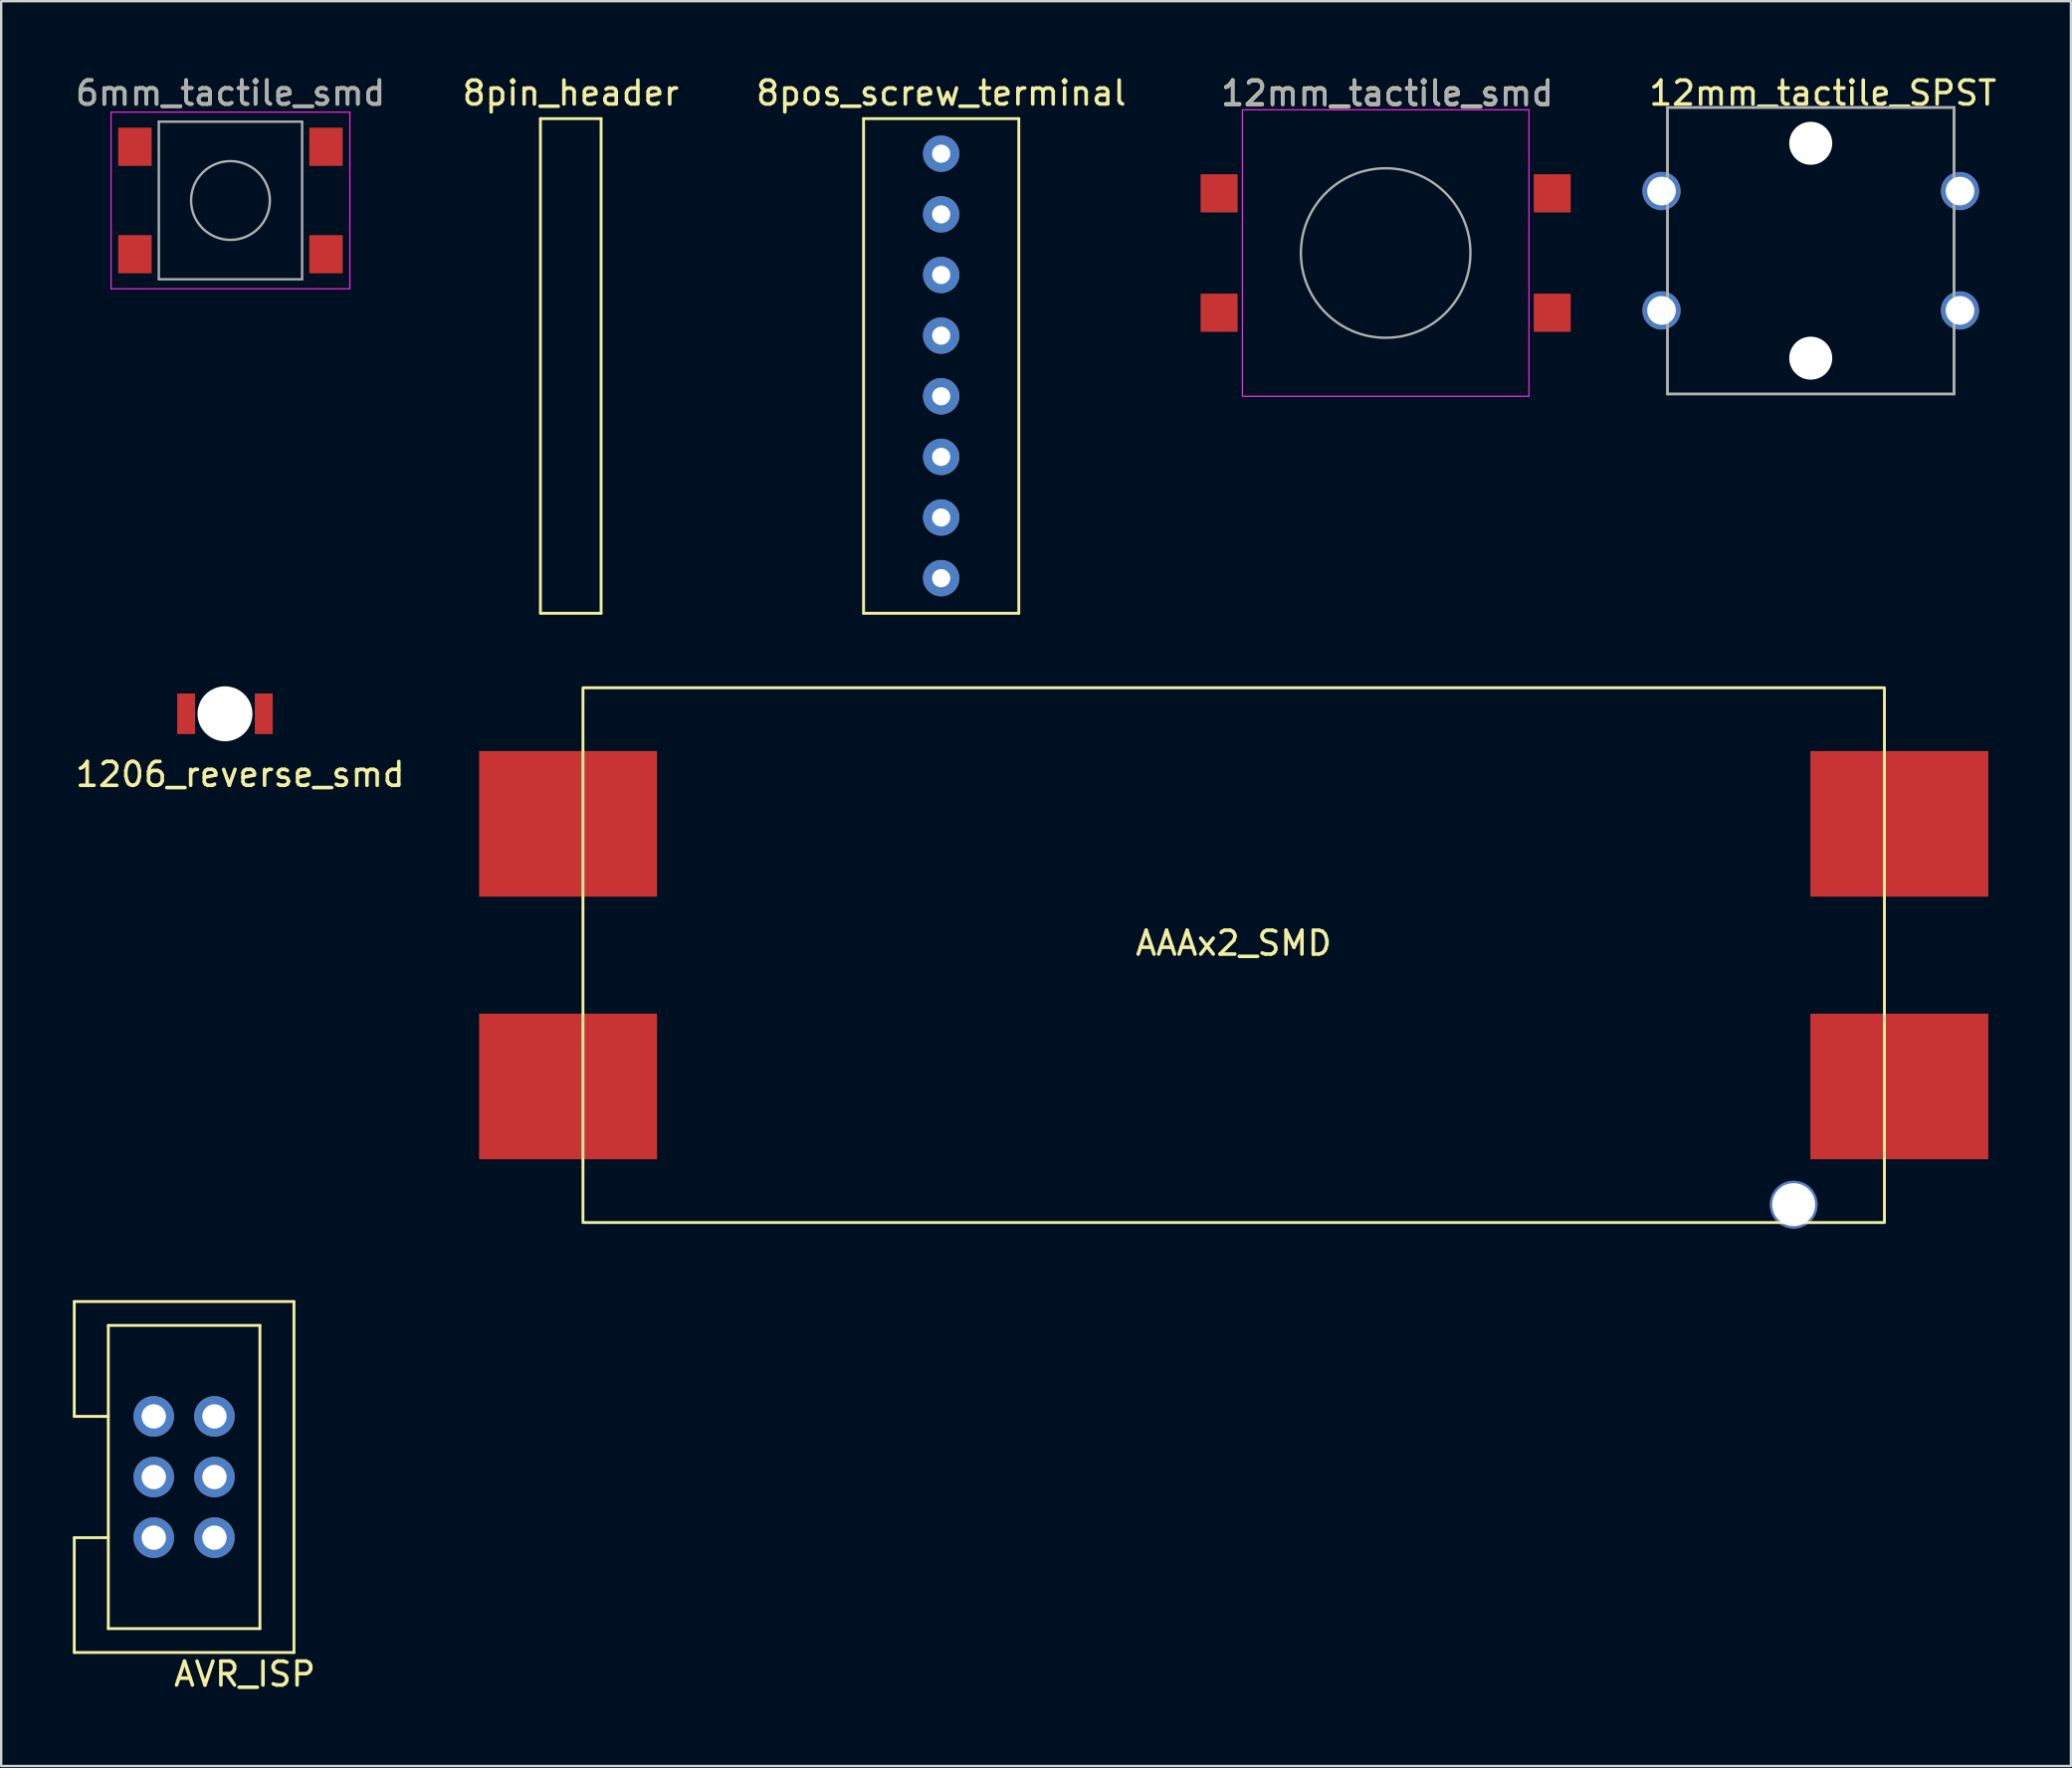
<source format=kicad_pcb>
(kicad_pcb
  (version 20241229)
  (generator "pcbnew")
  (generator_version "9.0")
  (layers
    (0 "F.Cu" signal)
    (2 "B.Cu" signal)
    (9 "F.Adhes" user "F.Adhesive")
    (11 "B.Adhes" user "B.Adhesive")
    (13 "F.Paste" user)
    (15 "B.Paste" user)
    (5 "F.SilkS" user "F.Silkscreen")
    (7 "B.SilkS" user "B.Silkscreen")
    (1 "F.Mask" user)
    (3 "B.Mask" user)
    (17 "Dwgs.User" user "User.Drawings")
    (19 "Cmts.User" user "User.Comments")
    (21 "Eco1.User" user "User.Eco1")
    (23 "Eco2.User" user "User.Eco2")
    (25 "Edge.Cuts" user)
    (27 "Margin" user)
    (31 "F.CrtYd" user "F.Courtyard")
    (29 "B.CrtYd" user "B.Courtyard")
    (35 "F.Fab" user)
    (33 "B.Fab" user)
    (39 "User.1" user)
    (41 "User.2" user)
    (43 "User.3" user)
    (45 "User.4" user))
  (footprint "1206_reverse_smd"
    (layer "F.Cu")
    (at 6.371 26.848)
    (property "Reference" "1206_reverse_smd" (at 0.635 2.54 180) (layer "F.SilkS") (effects (font (size 1 1) (thickness 0.15))))
    (attr through_hole)
    (pad "" np_thru_hole circle (at 0 0 90) (size 2.3 2.3) (drill 2.3) (layers "*.Cu" "*.Mask"))
    (pad "1" smd rect (at -1.625 0 90) (size 1.7 0.75) (layers "F.Cu" "F.Mask" "F.Paste"))
    (pad "2" smd rect (at 1.625 0 90) (size 1.7 0.75) (layers "F.Cu" "F.Mask" "F.Paste")))
  (footprint "6mm_tactile_smd"
    (layer "F.Cu")
    (at 6.601 5.348)
    (property "Reference" "6mm_tactile_smd" (at 0 -4.5 0) (layer "F.SilkS") (effects (font (size 1 1) (thickness 0.15))))
    (attr smd)
    (fp_line (start -5 -3.7) (end -5 3.7) (stroke (width 0.05) (type solid)) (layer "F.CrtYd"))
    (fp_line (start -5 3.7) (end 5 3.7) (stroke (width 0.05) (type solid)) (layer "F.CrtYd"))
    (fp_line (start 5 -3.7) (end -5 -3.7) (stroke (width 0.05) (type solid)) (layer "F.CrtYd"))
    (fp_line (start 5 3.7) (end 5 -3.7) (stroke (width 0.05) (type solid)) (layer "F.CrtYd"))
    (fp_line (start -3 -3.3) (end 3 -3.3) (stroke (width 0.1) (type solid)) (layer "F.Fab"))
    (fp_line (start -3 3.3) (end -3 -3.3) (stroke (width 0.1) (type solid)) (layer "F.Fab"))
    (fp_line (start 3 -3.3) (end 3 3.3) (stroke (width 0.1) (type solid)) (layer "F.Fab"))
    (fp_line (start 3 3.3) (end -3 3.3) (stroke (width 0.1) (type solid)) (layer "F.Fab"))
    (fp_circle (center 0 0) (end 1.65 0) (stroke (width 0.1) (type solid)) (fill no) (layer "F.Fab"))
    (fp_text user "${REFERENCE}" (at 0 -4.5 0) (layer "F.Fab") (effects (font (size 1 1) (thickness 0.15))))
    (pad "1" smd rect (at 4 2.25) (size 1.4 1.6) (layers "F.Cu" "F.Mask" "F.Paste"))
    (pad "2" smd rect (at -4 2.25) (size 1.4 1.6) (layers "F.Cu" "F.Mask" "F.Paste"))
    (pad "3" smd rect (at 4 -2.25) (size 1.4 1.6) (layers "F.Cu" "F.Mask" "F.Paste"))
    (pad "4" smd rect (at -4 -2.25) (size 1.4 1.6) (layers "F.Cu" "F.Mask" "F.Paste")))
  (footprint "AVR_ISP"
    (layer "F.Cu")
    (at 4.66 58.818)
    (property "Reference" "AVR_ISP" (at 2.54 8.255 0) (layer "F.SilkS") (effects (font (size 1 1) (thickness 0.15))))
    (fp_line (start -4.6 -7.35) (end -4.6 -2.54) (stroke (width 0.12) (type solid)) (layer "F.SilkS"))
    (fp_line (start -4.6 -7.35) (end 4.6 -7.35) (stroke (width 0.12) (type solid)) (layer "F.SilkS"))
    (fp_line (start -4.6 2.54) (end -4.6 7.35) (stroke (width 0.12) (type solid)) (layer "F.SilkS"))
    (fp_line (start -4.6 7.35) (end 4.6 7.35) (stroke (width 0.12) (type solid)) (layer "F.SilkS"))
    (fp_line (start -3.175 -6.35) (end 3.175 -6.35) (stroke (width 0.12) (type solid)) (layer "F.SilkS"))
    (fp_line (start -3.175 -2.54) (end -4.6 -2.54) (stroke (width 0.12) (type solid)) (layer "F.SilkS"))
    (fp_line (start -3.175 2.54) (end -4.6 2.54) (stroke (width 0.12) (type solid)) (layer "F.SilkS"))
    (fp_line (start -3.175 6.35) (end -3.175 -6.35) (stroke (width 0.12) (type solid)) (layer "F.SilkS"))
    (fp_line (start 3.175 -6.35) (end 3.175 6.35) (stroke (width 0.12) (type solid)) (layer "F.SilkS"))
    (fp_line (start 3.175 6.35) (end -3.175 6.35) (stroke (width 0.12) (type solid)) (layer "F.SilkS"))
    (fp_line (start 4.6 -7.35) (end 4.6 7.35) (stroke (width 0.12) (type solid)) (layer "F.SilkS"))
    (pad "1" thru_hole circle (at -1.27 -2.54) (size 1.7 1.7) (drill 1.02) (layers "*.Cu" "*.Mask"))
    (pad "2" thru_hole circle (at 1.27 -2.54) (size 1.7 1.7) (drill 1.02) (layers "*.Cu" "*.Mask"))
    (pad "3" thru_hole circle (at -1.27 0) (size 1.7 1.7) (drill 1.02) (layers "*.Cu" "*.Mask"))
    (pad "4" thru_hole circle (at 1.27 0) (size 1.7 1.7) (drill 1.02) (layers "*.Cu" "*.Mask"))
    (pad "5" thru_hole circle (at -1.27 2.54) (size 1.7 1.7) (drill 1.02) (layers "*.Cu" "*.Mask"))
    (pad "6" thru_hole circle (at 1.27 2.54) (size 1.7 1.7) (drill 1.02) (layers "*.Cu" "*.Mask")))
  (footprint "8pin_header"
    (layer "F.Cu")
    (at 20.851 12.278)
    (property "Reference" "8pin_header" (at 0 -11.43 0) (layer "F.SilkS") (effects (font (size 1 1) (thickness 0.15))))
    (attr through_hole)
    (fp_line (start -1.27 -10.36) (end 1.27 -10.36) (stroke (width 0.12) (type solid)) (layer "F.SilkS"))
    (fp_line (start -1.27 10.36) (end -1.27 -10.36) (stroke (width 0.12) (type solid)) (layer "F.SilkS"))
    (fp_line (start 1.27 -10.36) (end 1.27 10.36) (stroke (width 0.12) (type solid)) (layer "F.SilkS"))
    (fp_line (start 1.27 10.36) (end -1.27 10.36) (stroke (width 0.12) (type solid)) (layer "F.SilkS")))
  (footprint "12mm_tactile_SPST"
    (layer "F.Cu")
    (at 72.776 7.452)
    (property "Reference" "12mm_tactile_SPST" (at 0.508 -6.604 0) (layer "F.SilkS") (effects (font (size 1 1) (thickness 0.15))))
    (attr through_hole)
    (fp_line (start -6 -6) (end -6 6) (stroke (width 0.12) (type solid)) (layer "F.Fab"))
    (fp_line (start -6 -6) (end 6 -6) (stroke (width 0.12) (type solid)) (layer "F.Fab"))
    (fp_line (start 6 -6) (end 6 6) (stroke (width 0.12) (type solid)) (layer "F.Fab"))
    (fp_line (start 6 6) (end -6 6) (stroke (width 0.12) (type solid)) (layer "F.Fab"))
    (pad "" np_thru_hole circle (at 0 -4.5) (size 1.8 1.8) (drill 1.8) (layers "*.Cu" "*.Mask"))
    (pad "" np_thru_hole circle (at 0 4.5) (size 1.8 1.8) (drill 1.8) (layers "*.Cu" "*.Mask"))
    (pad "1" thru_hole circle (at 6.25 2.5) (size 1.6 1.6) (drill 1.2) (layers "*.Cu" "*.Mask"))
    (pad "2" thru_hole circle (at -6.25 2.5) (size 1.6 1.6) (drill 1.2) (layers "*.Cu" "*.Mask"))
    (pad "3" thru_hole circle (at 6.25 -2.5) (size 1.6 1.6) (drill 1.2) (layers "*.Cu" "*.Mask"))
    (pad "4" thru_hole circle (at -6.25 -2.5) (size 1.6 1.6) (drill 1.2) (layers "*.Cu" "*.Mask")))
  (footprint "12mm_tactile_smd"
    (layer "F.Cu")
    (at 54.976 7.548)
    (property "Reference" "12mm_tactile_smd" (at 0.07 -6.7 0) (layer "F.SilkS") (effects (font (size 1 1) (thickness 0.15))))
    (attr smd)
    (fp_line (start -6 -6) (end -6 6) (stroke (width 0.05) (type solid)) (layer "F.CrtYd"))
    (fp_line (start -6 6) (end 6 6) (stroke (width 0.05) (type solid)) (layer "F.CrtYd"))
    (fp_line (start 6 -6) (end -6 -6) (stroke (width 0.05) (type solid)) (layer "F.CrtYd"))
    (fp_line (start 6 6) (end 6 -6) (stroke (width 0.05) (type solid)) (layer "F.CrtYd"))
    (fp_circle (center 0 0) (end 3.55 0) (stroke (width 0.1) (type solid)) (fill no) (layer "F.Fab"))
    (fp_text user "${REFERENCE}" (at 0.07 -6.67 0) (layer "F.Fab") (effects (font (size 1 1) (thickness 0.15))))
    (pad "1" smd rect (at 6.975 2.5) (size 1.55 1.6) (layers "F.Cu" "F.Mask" "F.Paste"))
    (pad "2" smd rect (at -6.975 2.5) (size 1.55 1.6) (layers "F.Cu" "F.Mask" "F.Paste"))
    (pad "3" smd rect (at 6.975 -2.5) (size 1.55 1.6) (layers "F.Cu" "F.Mask" "F.Paste"))
    (pad "4" smd rect (at -6.975 -2.5) (size 1.55 1.6) (layers "F.Cu" "F.Mask" "F.Paste")))
  (footprint "8pos_screw_terminal"
    (layer "F.Cu")
    (at 36.363 12.278)
    (property "Reference" "8pos_screw_terminal" (at 0 -11.43 0) (layer "F.SilkS") (effects (font (size 1 1) (thickness 0.15))))
    (attr through_hole)
    (fp_line (start -3.25 -10.36) (end 3.25 -10.36) (stroke (width 0.12) (type solid)) (layer "F.SilkS"))
    (fp_line (start -3.25 10.36) (end -3.25 -10.36) (stroke (width 0.12) (type solid)) (layer "F.SilkS"))
    (fp_line (start 3.25 -10.36) (end 3.25 10.36) (stroke (width 0.12) (type solid)) (layer "F.SilkS"))
    (fp_line (start 3.25 10.36) (end -3.25 10.36) (stroke (width 0.12) (type solid)) (layer "F.SilkS"))
    (pad "1" thru_hole circle (at 0 -8.89) (size 1.524 1.524) (drill 0.762) (layers "*.Cu" "*.Mask"))
    (pad "2" thru_hole circle (at 0 -6.35) (size 1.524 1.524) (drill 0.762) (layers "*.Cu" "*.Mask"))
    (pad "3" thru_hole circle (at 0 -3.81) (size 1.524 1.524) (drill 0.762) (layers "*.Cu" "*.Mask"))
    (pad "4" thru_hole circle (at 0 -1.27) (size 1.524 1.524) (drill 0.762) (layers "*.Cu" "*.Mask"))
    (pad "5" thru_hole circle (at 0 1.27) (size 1.524 1.524) (drill 0.762) (layers "*.Cu" "*.Mask"))
    (pad "6" thru_hole circle (at 0 3.81) (size 1.524 1.524) (drill 0.762) (layers "*.Cu" "*.Mask"))
    (pad "7" thru_hole circle (at 0 6.35) (size 1.524 1.524) (drill 0.762) (layers "*.Cu" "*.Mask"))
    (pad "8" thru_hole circle (at 0 8.89) (size 1.524 1.524) (drill 0.762) (layers "*.Cu" "*.Mask")))
  (footprint "AAAx2_SMD"
    (layer "F.Cu")
    (at 48.612 36.958)
    (property "Reference" "AAAx2_SMD" (at 0 -0.5 0) (unlocked yes) (layer "F.SilkS") (effects (font (size 1 1) (thickness 0.15))))
    (fp_rect (start -27.25 -11.2) (end 27.25 11.2) (stroke (width 0.12) (type solid)) (fill no) (layer "F.SilkS"))
    (pad "" np_thru_hole circle (at 23.45 10.45 90) (size 2 2) (drill 1.8) (layers "*.Cu" "*.Mask"))
    (pad "1" smd rect (at 27.875 -5.5 90) (size 6.1 7.45) (layers "F.Cu" "F.Mask" "F.Paste"))
    (pad "2" smd rect (at 27.875 5.5 90) (size 6.1 7.45) (layers "F.Cu" "F.Mask" "F.Paste"))
    (pad "3" smd rect (at -27.875 5.5 90) (size 6.1 7.45) (layers "F.Cu" "F.Mask" "F.Paste"))
    (pad "4" smd rect (at -27.875 -5.5 90) (size 6.1 7.45) (layers "F.Cu" "F.Mask" "F.Paste")))
  (gr_rect
    (start -3 -3)
    (end 83.671 70.921)
    (stroke (width 0.1) (type default))
    (fill no)
    (layer "Edge.Cuts")))
</source>
